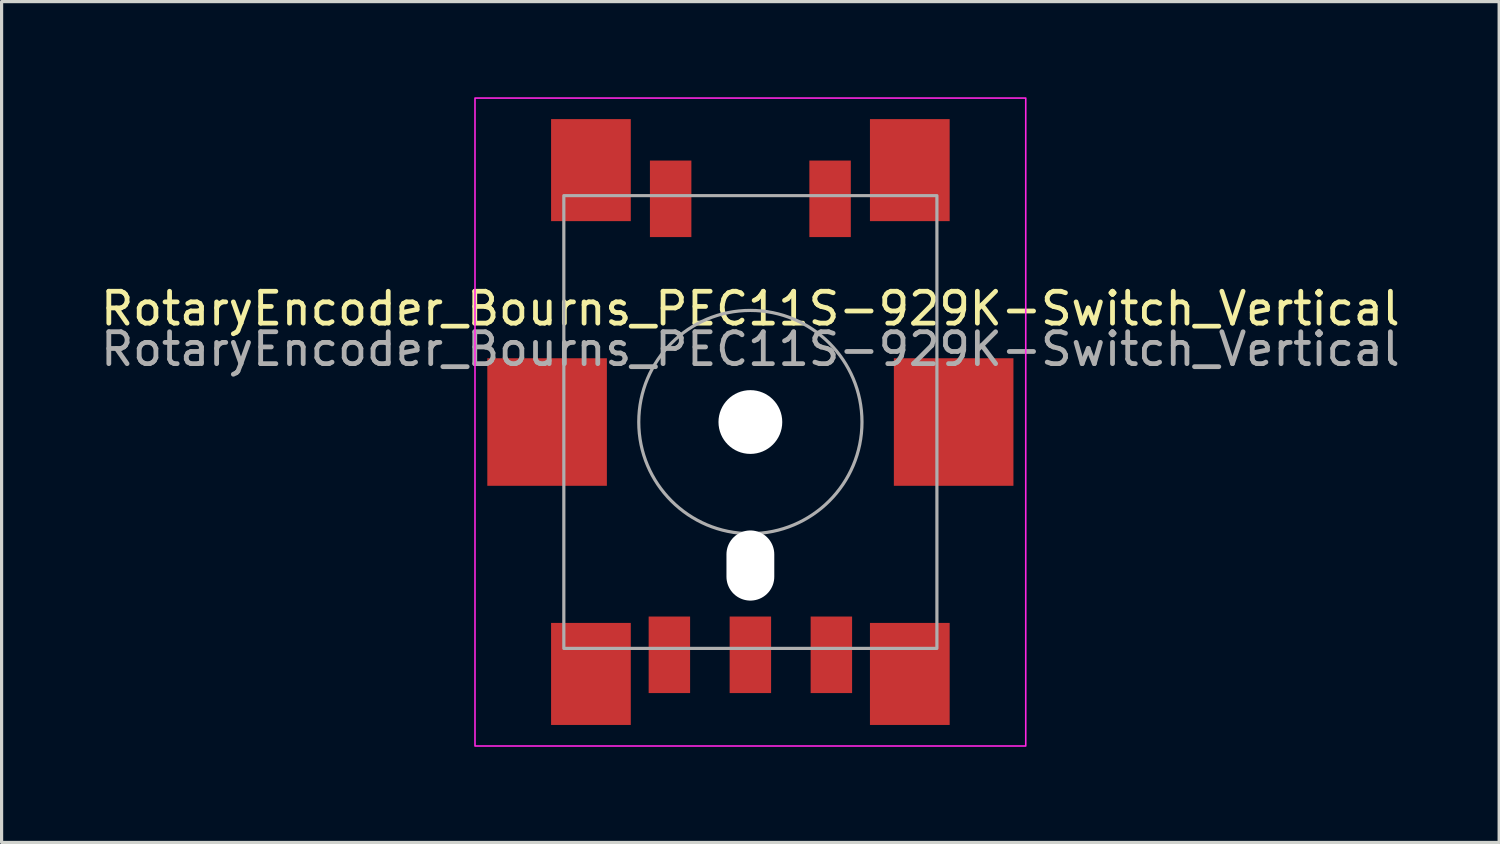
<source format=kicad_pcb>
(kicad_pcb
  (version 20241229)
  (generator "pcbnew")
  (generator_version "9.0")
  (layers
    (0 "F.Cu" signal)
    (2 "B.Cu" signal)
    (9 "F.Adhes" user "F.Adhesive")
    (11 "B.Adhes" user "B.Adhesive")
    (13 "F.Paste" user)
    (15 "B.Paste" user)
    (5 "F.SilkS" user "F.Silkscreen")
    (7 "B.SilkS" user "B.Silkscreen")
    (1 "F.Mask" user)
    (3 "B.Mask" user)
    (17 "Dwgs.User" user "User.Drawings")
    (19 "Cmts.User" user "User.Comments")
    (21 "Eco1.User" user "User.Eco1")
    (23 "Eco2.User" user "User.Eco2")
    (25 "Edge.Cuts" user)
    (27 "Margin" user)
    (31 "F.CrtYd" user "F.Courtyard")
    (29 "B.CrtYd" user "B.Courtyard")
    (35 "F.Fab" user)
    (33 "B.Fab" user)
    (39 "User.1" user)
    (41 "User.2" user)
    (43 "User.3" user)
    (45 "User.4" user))
  (footprint "RotaryEncoder_Bourns_PEC11S-929K-Switch_Vertical"
    (layer "F.Cu")
    (at 20.482 10.185)
    (property "Reference" "RotaryEncoder_Bourns_PEC11S-929K-Switch_Vertical" (at 0 -3.556 0) (unlocked yes) (layer "F.SilkS") (effects (font (size 1 1) (thickness 0.15))))
    (attr smd)
    (fp_rect (start -8.636 -10.16) (end 8.636 10.16) (stroke (width 0.05) (type solid)) (fill no) (layer "F.CrtYd"))
    (fp_rect (start -5.85 -7.1) (end 5.85 7.1) (stroke (width 0.1) (type solid)) (fill no) (layer "F.Fab"))
    (fp_circle (center 0 0) (end 3.5 0) (stroke (width 0.1) (type solid)) (fill no) (layer "F.Fab"))
    (fp_text user "${REFERENCE}" (at 0 -2.286 0) (unlocked yes) (layer "F.Fab") (effects (font (size 1 1) (thickness 0.15))))
    (pad "" smd rect (at -6.375 0) (size 3.75 4) (layers "F.Cu" "F.Mask" "F.Paste"))
    (pad "" smd rect (at -5 -7.9) (size 2.5 3.2) (layers "F.Cu" "F.Mask" "F.Paste"))
    (pad "" smd rect (at -5 7.9) (size 2.5 3.2) (layers "F.Cu" "F.Mask" "F.Paste"))
    (pad "" np_thru_hole circle (at 0 0) (size 2 2) (drill 2.05) (layers "*.Cu" "*.Mask"))
    (pad "" np_thru_hole oval (at 0 4.5) (size 1.5 2.2) (drill oval 1.55 2.2) (layers "*.Cu" "*.Mask"))
    (pad "" smd rect (at 5 -7.9) (size 2.5 3.2) (layers "F.Cu" "F.Mask" "F.Paste"))
    (pad "" smd rect (at 5 7.9) (size 2.5 3.2) (layers "F.Cu" "F.Mask" "F.Paste"))
    (pad "" smd rect (at 6.375 0) (size 3.75 4) (layers "F.Cu" "F.Mask" "F.Paste"))
    (pad "A" smd rect (at -2.54 7.3) (size 1.3 2.4) (layers "F.Cu" "F.Mask" "F.Paste"))
    (pad "B" smd rect (at 2.54 7.3) (size 1.3 2.4) (layers "F.Cu" "F.Mask" "F.Paste"))
    (pad "C" smd rect (at 0 7.3) (size 1.3 2.4) (layers "F.Cu" "F.Mask" "F.Paste"))
    (pad "S1" smd rect (at -2.5 -7) (size 1.3 2.4) (layers "F.Cu" "F.Mask" "F.Paste"))
    (pad "S2" smd rect (at 2.5 -7) (size 1.3 2.4) (layers "F.Cu" "F.Mask" "F.Paste")))
  (gr_rect
    (start -3 -3)
    (end 43.964 23.37)
    (stroke (width 0.1) (type default))
    (fill no)
    (layer "Edge.Cuts")))
</source>
